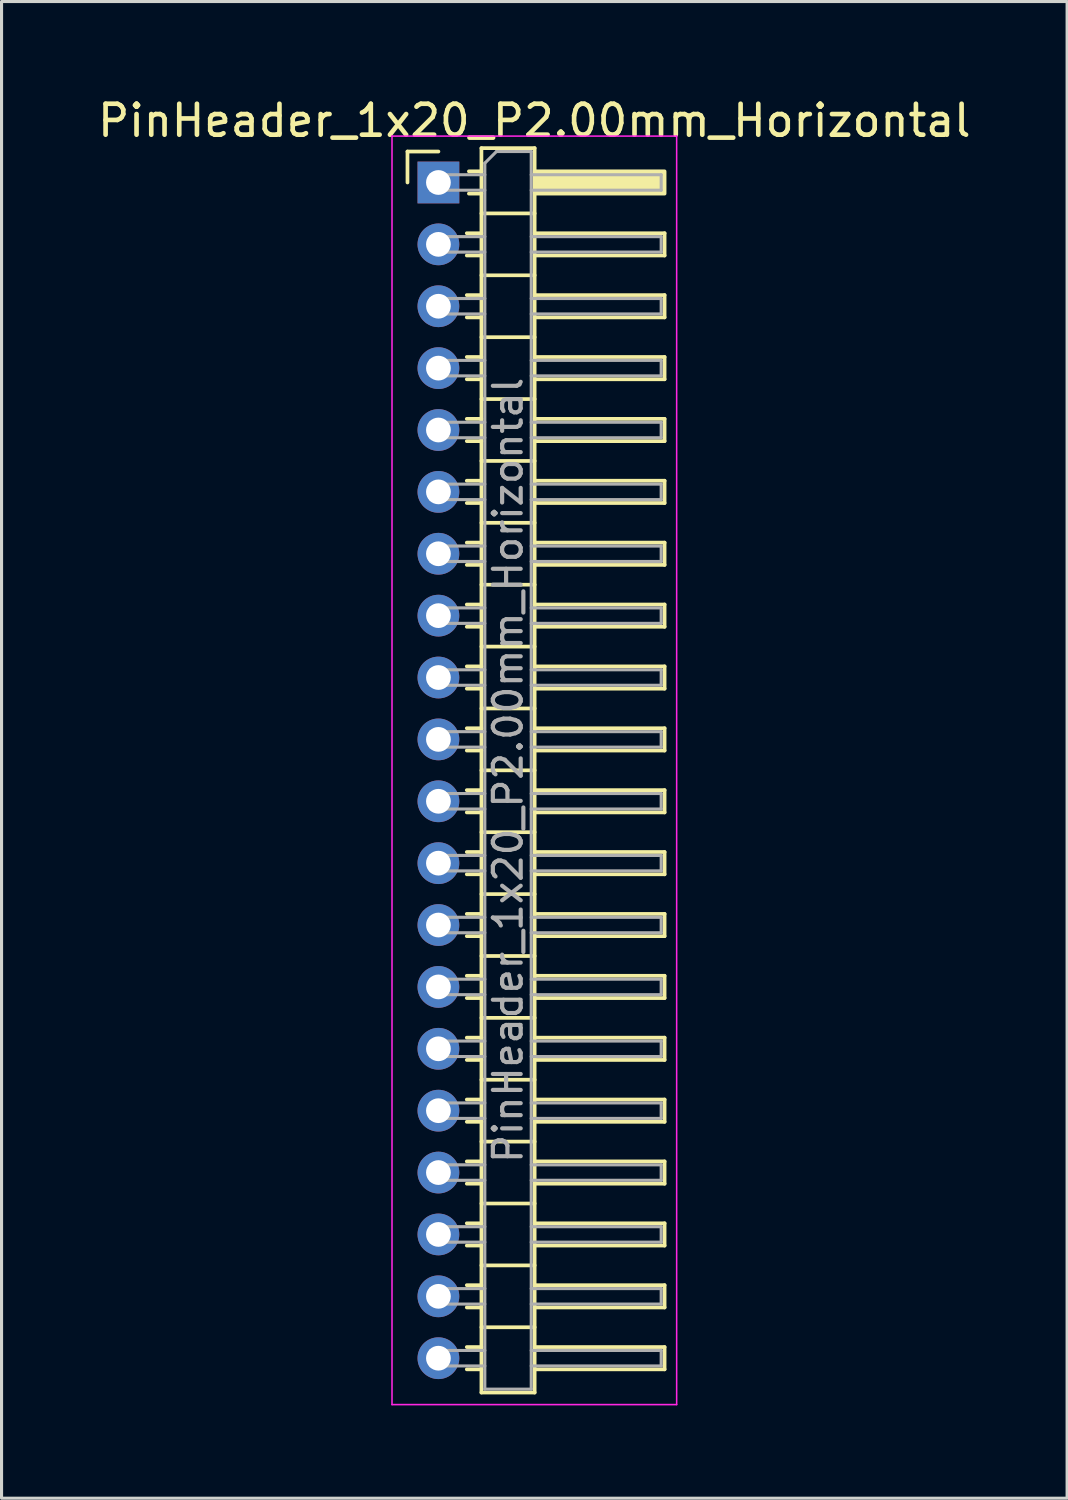
<source format=kicad_pcb>
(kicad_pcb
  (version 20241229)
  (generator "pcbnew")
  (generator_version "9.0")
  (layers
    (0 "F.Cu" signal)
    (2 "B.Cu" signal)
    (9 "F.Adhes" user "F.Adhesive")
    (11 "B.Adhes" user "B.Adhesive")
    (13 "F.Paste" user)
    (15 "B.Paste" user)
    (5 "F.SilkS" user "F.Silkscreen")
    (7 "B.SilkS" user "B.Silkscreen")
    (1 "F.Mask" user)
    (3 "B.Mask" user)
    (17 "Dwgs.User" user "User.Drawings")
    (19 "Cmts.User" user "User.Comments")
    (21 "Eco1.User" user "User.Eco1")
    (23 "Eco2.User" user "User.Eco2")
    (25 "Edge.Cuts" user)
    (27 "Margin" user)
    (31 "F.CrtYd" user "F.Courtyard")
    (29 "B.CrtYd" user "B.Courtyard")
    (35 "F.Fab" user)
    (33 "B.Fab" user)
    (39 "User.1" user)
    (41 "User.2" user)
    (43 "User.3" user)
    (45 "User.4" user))
  (footprint "PinHeader_1x20_P2.00mm_Horizontal"
    (layer "F.Cu")
    (at 11.12 2.848)
    (property "Reference" "PinHeader_1x20_P2.00mm_Horizontal" (at 3.1 -2 0) (layer "F.SilkS") (effects (font (size 1 1) (thickness 0.15))))
    (attr through_hole)
    (fp_line (start -1 -1) (end 0 -1) (stroke (width 0.12) (type solid)) (layer "F.SilkS"))
    (fp_line (start -1 0) (end -1 -1) (stroke (width 0.12) (type solid)) (layer "F.SilkS"))
    (fp_line (start 0.917 1.64) (end 1.39 1.64) (stroke (width 0.12) (type solid)) (layer "F.SilkS"))
    (fp_line (start 0.917 2.36) (end 1.39 2.36) (stroke (width 0.12) (type solid)) (layer "F.SilkS"))
    (fp_line (start 0.917 3.64) (end 1.39 3.64) (stroke (width 0.12) (type solid)) (layer "F.SilkS"))
    (fp_line (start 0.917 4.36) (end 1.39 4.36) (stroke (width 0.12) (type solid)) (layer "F.SilkS"))
    (fp_line (start 0.917 5.64) (end 1.39 5.64) (stroke (width 0.12) (type solid)) (layer "F.SilkS"))
    (fp_line (start 0.917 6.36) (end 1.39 6.36) (stroke (width 0.12) (type solid)) (layer "F.SilkS"))
    (fp_line (start 0.917 7.64) (end 1.39 7.64) (stroke (width 0.12) (type solid)) (layer "F.SilkS"))
    (fp_line (start 0.917 8.36) (end 1.39 8.36) (stroke (width 0.12) (type solid)) (layer "F.SilkS"))
    (fp_line (start 0.917 9.64) (end 1.39 9.64) (stroke (width 0.12) (type solid)) (layer "F.SilkS"))
    (fp_line (start 0.917 10.36) (end 1.39 10.36) (stroke (width 0.12) (type solid)) (layer "F.SilkS"))
    (fp_line (start 0.917 11.64) (end 1.39 11.64) (stroke (width 0.12) (type solid)) (layer "F.SilkS"))
    (fp_line (start 0.917 12.36) (end 1.39 12.36) (stroke (width 0.12) (type solid)) (layer "F.SilkS"))
    (fp_line (start 0.917 13.64) (end 1.39 13.64) (stroke (width 0.12) (type solid)) (layer "F.SilkS"))
    (fp_line (start 0.917 14.36) (end 1.39 14.36) (stroke (width 0.12) (type solid)) (layer "F.SilkS"))
    (fp_line (start 0.917 15.64) (end 1.39 15.64) (stroke (width 0.12) (type solid)) (layer "F.SilkS"))
    (fp_line (start 0.917 16.36) (end 1.39 16.36) (stroke (width 0.12) (type solid)) (layer "F.SilkS"))
    (fp_line (start 0.917 17.64) (end 1.39 17.64) (stroke (width 0.12) (type solid)) (layer "F.SilkS"))
    (fp_line (start 0.917 18.36) (end 1.39 18.36) (stroke (width 0.12) (type solid)) (layer "F.SilkS"))
    (fp_line (start 0.917 19.64) (end 1.39 19.64) (stroke (width 0.12) (type solid)) (layer "F.SilkS"))
    (fp_line (start 0.917 20.36) (end 1.39 20.36) (stroke (width 0.12) (type solid)) (layer "F.SilkS"))
    (fp_line (start 0.917 21.64) (end 1.39 21.64) (stroke (width 0.12) (type solid)) (layer "F.SilkS"))
    (fp_line (start 0.917 22.36) (end 1.39 22.36) (stroke (width 0.12) (type solid)) (layer "F.SilkS"))
    (fp_line (start 0.917 23.64) (end 1.39 23.64) (stroke (width 0.12) (type solid)) (layer "F.SilkS"))
    (fp_line (start 0.917 24.36) (end 1.39 24.36) (stroke (width 0.12) (type solid)) (layer "F.SilkS"))
    (fp_line (start 0.917 25.64) (end 1.39 25.64) (stroke (width 0.12) (type solid)) (layer "F.SilkS"))
    (fp_line (start 0.917 26.36) (end 1.39 26.36) (stroke (width 0.12) (type solid)) (layer "F.SilkS"))
    (fp_line (start 0.917 27.64) (end 1.39 27.64) (stroke (width 0.12) (type solid)) (layer "F.SilkS"))
    (fp_line (start 0.917 28.36) (end 1.39 28.36) (stroke (width 0.12) (type solid)) (layer "F.SilkS"))
    (fp_line (start 0.917 29.64) (end 1.39 29.64) (stroke (width 0.12) (type solid)) (layer "F.SilkS"))
    (fp_line (start 0.917 30.36) (end 1.39 30.36) (stroke (width 0.12) (type solid)) (layer "F.SilkS"))
    (fp_line (start 0.917 31.64) (end 1.39 31.64) (stroke (width 0.12) (type solid)) (layer "F.SilkS"))
    (fp_line (start 0.917 32.36) (end 1.39 32.36) (stroke (width 0.12) (type solid)) (layer "F.SilkS"))
    (fp_line (start 0.917 33.64) (end 1.39 33.64) (stroke (width 0.12) (type solid)) (layer "F.SilkS"))
    (fp_line (start 0.917 34.36) (end 1.39 34.36) (stroke (width 0.12) (type solid)) (layer "F.SilkS"))
    (fp_line (start 0.917 35.64) (end 1.39 35.64) (stroke (width 0.12) (type solid)) (layer "F.SilkS"))
    (fp_line (start 0.917 36.36) (end 1.39 36.36) (stroke (width 0.12) (type solid)) (layer "F.SilkS"))
    (fp_line (start 0.917 37.64) (end 1.39 37.64) (stroke (width 0.12) (type solid)) (layer "F.SilkS"))
    (fp_line (start 0.917 38.36) (end 1.39 38.36) (stroke (width 0.12) (type solid)) (layer "F.SilkS"))
    (fp_line (start 0.985 -0.36) (end 1.39 -0.36) (stroke (width 0.12) (type solid)) (layer "F.SilkS"))
    (fp_line (start 0.985 0.36) (end 1.39 0.36) (stroke (width 0.12) (type solid)) (layer "F.SilkS"))
    (fp_line (start 1.39 -1.11) (end 1.39 39.11) (stroke (width 0.12) (type solid)) (layer "F.SilkS"))
    (fp_line (start 1.39 1) (end 3.11 1) (stroke (width 0.12) (type solid)) (layer "F.SilkS"))
    (fp_line (start 1.39 3) (end 3.11 3) (stroke (width 0.12) (type solid)) (layer "F.SilkS"))
    (fp_line (start 1.39 5) (end 3.11 5) (stroke (width 0.12) (type solid)) (layer "F.SilkS"))
    (fp_line (start 1.39 7) (end 3.11 7) (stroke (width 0.12) (type solid)) (layer "F.SilkS"))
    (fp_line (start 1.39 9) (end 3.11 9) (stroke (width 0.12) (type solid)) (layer "F.SilkS"))
    (fp_line (start 1.39 11) (end 3.11 11) (stroke (width 0.12) (type solid)) (layer "F.SilkS"))
    (fp_line (start 1.39 13) (end 3.11 13) (stroke (width 0.12) (type solid)) (layer "F.SilkS"))
    (fp_line (start 1.39 15) (end 3.11 15) (stroke (width 0.12) (type solid)) (layer "F.SilkS"))
    (fp_line (start 1.39 17) (end 3.11 17) (stroke (width 0.12) (type solid)) (layer "F.SilkS"))
    (fp_line (start 1.39 19) (end 3.11 19) (stroke (width 0.12) (type solid)) (layer "F.SilkS"))
    (fp_line (start 1.39 21) (end 3.11 21) (stroke (width 0.12) (type solid)) (layer "F.SilkS"))
    (fp_line (start 1.39 23) (end 3.11 23) (stroke (width 0.12) (type solid)) (layer "F.SilkS"))
    (fp_line (start 1.39 25) (end 3.11 25) (stroke (width 0.12) (type solid)) (layer "F.SilkS"))
    (fp_line (start 1.39 27) (end 3.11 27) (stroke (width 0.12) (type solid)) (layer "F.SilkS"))
    (fp_line (start 1.39 29) (end 3.11 29) (stroke (width 0.12) (type solid)) (layer "F.SilkS"))
    (fp_line (start 1.39 31) (end 3.11 31) (stroke (width 0.12) (type solid)) (layer "F.SilkS"))
    (fp_line (start 1.39 33) (end 3.11 33) (stroke (width 0.12) (type solid)) (layer "F.SilkS"))
    (fp_line (start 1.39 35) (end 3.11 35) (stroke (width 0.12) (type solid)) (layer "F.SilkS"))
    (fp_line (start 1.39 37) (end 3.11 37) (stroke (width 0.12) (type solid)) (layer "F.SilkS"))
    (fp_line (start 1.39 39.11) (end 3.11 39.11) (stroke (width 0.12) (type solid)) (layer "F.SilkS"))
    (fp_line (start 3.11 -1.11) (end 1.39 -1.11) (stroke (width 0.12) (type solid)) (layer "F.SilkS"))
    (fp_line (start 3.11 1.64) (end 7.31 1.64) (stroke (width 0.12) (type solid)) (layer "F.SilkS"))
    (fp_line (start 3.11 3.64) (end 7.31 3.64) (stroke (width 0.12) (type solid)) (layer "F.SilkS"))
    (fp_line (start 3.11 5.64) (end 7.31 5.64) (stroke (width 0.12) (type solid)) (layer "F.SilkS"))
    (fp_line (start 3.11 7.64) (end 7.31 7.64) (stroke (width 0.12) (type solid)) (layer "F.SilkS"))
    (fp_line (start 3.11 9.64) (end 7.31 9.64) (stroke (width 0.12) (type solid)) (layer "F.SilkS"))
    (fp_line (start 3.11 11.64) (end 7.31 11.64) (stroke (width 0.12) (type solid)) (layer "F.SilkS"))
    (fp_line (start 3.11 13.64) (end 7.31 13.64) (stroke (width 0.12) (type solid)) (layer "F.SilkS"))
    (fp_line (start 3.11 15.64) (end 7.31 15.64) (stroke (width 0.12) (type solid)) (layer "F.SilkS"))
    (fp_line (start 3.11 17.64) (end 7.31 17.64) (stroke (width 0.12) (type solid)) (layer "F.SilkS"))
    (fp_line (start 3.11 19.64) (end 7.31 19.64) (stroke (width 0.12) (type solid)) (layer "F.SilkS"))
    (fp_line (start 3.11 21.64) (end 7.31 21.64) (stroke (width 0.12) (type solid)) (layer "F.SilkS"))
    (fp_line (start 3.11 23.64) (end 7.31 23.64) (stroke (width 0.12) (type solid)) (layer "F.SilkS"))
    (fp_line (start 3.11 25.64) (end 7.31 25.64) (stroke (width 0.12) (type solid)) (layer "F.SilkS"))
    (fp_line (start 3.11 27.64) (end 7.31 27.64) (stroke (width 0.12) (type solid)) (layer "F.SilkS"))
    (fp_line (start 3.11 29.64) (end 7.31 29.64) (stroke (width 0.12) (type solid)) (layer "F.SilkS"))
    (fp_line (start 3.11 31.64) (end 7.31 31.64) (stroke (width 0.12) (type solid)) (layer "F.SilkS"))
    (fp_line (start 3.11 33.64) (end 7.31 33.64) (stroke (width 0.12) (type solid)) (layer "F.SilkS"))
    (fp_line (start 3.11 35.64) (end 7.31 35.64) (stroke (width 0.12) (type solid)) (layer "F.SilkS"))
    (fp_line (start 3.11 37.64) (end 7.31 37.64) (stroke (width 0.12) (type solid)) (layer "F.SilkS"))
    (fp_line (start 3.11 39.11) (end 3.11 -1.11) (stroke (width 0.12) (type solid)) (layer "F.SilkS"))
    (fp_line (start 7.31 1.64) (end 7.31 2.36) (stroke (width 0.12) (type solid)) (layer "F.SilkS"))
    (fp_line (start 7.31 2.36) (end 3.11 2.36) (stroke (width 0.12) (type solid)) (layer "F.SilkS"))
    (fp_line (start 7.31 3.64) (end 7.31 4.36) (stroke (width 0.12) (type solid)) (layer "F.SilkS"))
    (fp_line (start 7.31 4.36) (end 3.11 4.36) (stroke (width 0.12) (type solid)) (layer "F.SilkS"))
    (fp_line (start 7.31 5.64) (end 7.31 6.36) (stroke (width 0.12) (type solid)) (layer "F.SilkS"))
    (fp_line (start 7.31 6.36) (end 3.11 6.36) (stroke (width 0.12) (type solid)) (layer "F.SilkS"))
    (fp_line (start 7.31 7.64) (end 7.31 8.36) (stroke (width 0.12) (type solid)) (layer "F.SilkS"))
    (fp_line (start 7.31 8.36) (end 3.11 8.36) (stroke (width 0.12) (type solid)) (layer "F.SilkS"))
    (fp_line (start 7.31 9.64) (end 7.31 10.36) (stroke (width 0.12) (type solid)) (layer "F.SilkS"))
    (fp_line (start 7.31 10.36) (end 3.11 10.36) (stroke (width 0.12) (type solid)) (layer "F.SilkS"))
    (fp_line (start 7.31 11.64) (end 7.31 12.36) (stroke (width 0.12) (type solid)) (layer "F.SilkS"))
    (fp_line (start 7.31 12.36) (end 3.11 12.36) (stroke (width 0.12) (type solid)) (layer "F.SilkS"))
    (fp_line (start 7.31 13.64) (end 7.31 14.36) (stroke (width 0.12) (type solid)) (layer "F.SilkS"))
    (fp_line (start 7.31 14.36) (end 3.11 14.36) (stroke (width 0.12) (type solid)) (layer "F.SilkS"))
    (fp_line (start 7.31 15.64) (end 7.31 16.36) (stroke (width 0.12) (type solid)) (layer "F.SilkS"))
    (fp_line (start 7.31 16.36) (end 3.11 16.36) (stroke (width 0.12) (type solid)) (layer "F.SilkS"))
    (fp_line (start 7.31 17.64) (end 7.31 18.36) (stroke (width 0.12) (type solid)) (layer "F.SilkS"))
    (fp_line (start 7.31 18.36) (end 3.11 18.36) (stroke (width 0.12) (type solid)) (layer "F.SilkS"))
    (fp_line (start 7.31 19.64) (end 7.31 20.36) (stroke (width 0.12) (type solid)) (layer "F.SilkS"))
    (fp_line (start 7.31 20.36) (end 3.11 20.36) (stroke (width 0.12) (type solid)) (layer "F.SilkS"))
    (fp_line (start 7.31 21.64) (end 7.31 22.36) (stroke (width 0.12) (type solid)) (layer "F.SilkS"))
    (fp_line (start 7.31 22.36) (end 3.11 22.36) (stroke (width 0.12) (type solid)) (layer "F.SilkS"))
    (fp_line (start 7.31 23.64) (end 7.31 24.36) (stroke (width 0.12) (type solid)) (layer "F.SilkS"))
    (fp_line (start 7.31 24.36) (end 3.11 24.36) (stroke (width 0.12) (type solid)) (layer "F.SilkS"))
    (fp_line (start 7.31 25.64) (end 7.31 26.36) (stroke (width 0.12) (type solid)) (layer "F.SilkS"))
    (fp_line (start 7.31 26.36) (end 3.11 26.36) (stroke (width 0.12) (type solid)) (layer "F.SilkS"))
    (fp_line (start 7.31 27.64) (end 7.31 28.36) (stroke (width 0.12) (type solid)) (layer "F.SilkS"))
    (fp_line (start 7.31 28.36) (end 3.11 28.36) (stroke (width 0.12) (type solid)) (layer "F.SilkS"))
    (fp_line (start 7.31 29.64) (end 7.31 30.36) (stroke (width 0.12) (type solid)) (layer "F.SilkS"))
    (fp_line (start 7.31 30.36) (end 3.11 30.36) (stroke (width 0.12) (type solid)) (layer "F.SilkS"))
    (fp_line (start 7.31 31.64) (end 7.31 32.36) (stroke (width 0.12) (type solid)) (layer "F.SilkS"))
    (fp_line (start 7.31 32.36) (end 3.11 32.36) (stroke (width 0.12) (type solid)) (layer "F.SilkS"))
    (fp_line (start 7.31 33.64) (end 7.31 34.36) (stroke (width 0.12) (type solid)) (layer "F.SilkS"))
    (fp_line (start 7.31 34.36) (end 3.11 34.36) (stroke (width 0.12) (type solid)) (layer "F.SilkS"))
    (fp_line (start 7.31 35.64) (end 7.31 36.36) (stroke (width 0.12) (type solid)) (layer "F.SilkS"))
    (fp_line (start 7.31 36.36) (end 3.11 36.36) (stroke (width 0.12) (type solid)) (layer "F.SilkS"))
    (fp_line (start 7.31 37.64) (end 7.31 38.36) (stroke (width 0.12) (type solid)) (layer "F.SilkS"))
    (fp_line (start 7.31 38.36) (end 3.11 38.36) (stroke (width 0.12) (type solid)) (layer "F.SilkS"))
    (fp_rect (start 3.11 -0.36) (end 7.31 0.36) (stroke (width 0.12) (type solid)) (fill yes) (layer "F.SilkS"))
    (fp_line (start -1.5 -1.5) (end -1.5 39.5) (stroke (width 0.05) (type solid)) (layer "F.CrtYd"))
    (fp_line (start -1.5 39.5) (end 7.7 39.5) (stroke (width 0.05) (type solid)) (layer "F.CrtYd"))
    (fp_line (start 7.7 -1.5) (end -1.5 -1.5) (stroke (width 0.05) (type solid)) (layer "F.CrtYd"))
    (fp_line (start 7.7 39.5) (end 7.7 -1.5) (stroke (width 0.05) (type solid)) (layer "F.CrtYd"))
    (fp_line (start -0.25 -0.25) (end -0.25 0.25) (stroke (width 0.1) (type solid)) (layer "F.Fab"))
    (fp_line (start -0.25 -0.25) (end 1.5 -0.25) (stroke (width 0.1) (type solid)) (layer "F.Fab"))
    (fp_line (start -0.25 0.25) (end 1.5 0.25) (stroke (width 0.1) (type solid)) (layer "F.Fab"))
    (fp_line (start -0.25 1.75) (end -0.25 2.25) (stroke (width 0.1) (type solid)) (layer "F.Fab"))
    (fp_line (start -0.25 1.75) (end 1.5 1.75) (stroke (width 0.1) (type solid)) (layer "F.Fab"))
    (fp_line (start -0.25 2.25) (end 1.5 2.25) (stroke (width 0.1) (type solid)) (layer "F.Fab"))
    (fp_line (start -0.25 3.75) (end -0.25 4.25) (stroke (width 0.1) (type solid)) (layer "F.Fab"))
    (fp_line (start -0.25 3.75) (end 1.5 3.75) (stroke (width 0.1) (type solid)) (layer "F.Fab"))
    (fp_line (start -0.25 4.25) (end 1.5 4.25) (stroke (width 0.1) (type solid)) (layer "F.Fab"))
    (fp_line (start -0.25 5.75) (end -0.25 6.25) (stroke (width 0.1) (type solid)) (layer "F.Fab"))
    (fp_line (start -0.25 5.75) (end 1.5 5.75) (stroke (width 0.1) (type solid)) (layer "F.Fab"))
    (fp_line (start -0.25 6.25) (end 1.5 6.25) (stroke (width 0.1) (type solid)) (layer "F.Fab"))
    (fp_line (start -0.25 7.75) (end -0.25 8.25) (stroke (width 0.1) (type solid)) (layer "F.Fab"))
    (fp_line (start -0.25 7.75) (end 1.5 7.75) (stroke (width 0.1) (type solid)) (layer "F.Fab"))
    (fp_line (start -0.25 8.25) (end 1.5 8.25) (stroke (width 0.1) (type solid)) (layer "F.Fab"))
    (fp_line (start -0.25 9.75) (end -0.25 10.25) (stroke (width 0.1) (type solid)) (layer "F.Fab"))
    (fp_line (start -0.25 9.75) (end 1.5 9.75) (stroke (width 0.1) (type solid)) (layer "F.Fab"))
    (fp_line (start -0.25 10.25) (end 1.5 10.25) (stroke (width 0.1) (type solid)) (layer "F.Fab"))
    (fp_line (start -0.25 11.75) (end -0.25 12.25) (stroke (width 0.1) (type solid)) (layer "F.Fab"))
    (fp_line (start -0.25 11.75) (end 1.5 11.75) (stroke (width 0.1) (type solid)) (layer "F.Fab"))
    (fp_line (start -0.25 12.25) (end 1.5 12.25) (stroke (width 0.1) (type solid)) (layer "F.Fab"))
    (fp_line (start -0.25 13.75) (end -0.25 14.25) (stroke (width 0.1) (type solid)) (layer "F.Fab"))
    (fp_line (start -0.25 13.75) (end 1.5 13.75) (stroke (width 0.1) (type solid)) (layer "F.Fab"))
    (fp_line (start -0.25 14.25) (end 1.5 14.25) (stroke (width 0.1) (type solid)) (layer "F.Fab"))
    (fp_line (start -0.25 15.75) (end -0.25 16.25) (stroke (width 0.1) (type solid)) (layer "F.Fab"))
    (fp_line (start -0.25 15.75) (end 1.5 15.75) (stroke (width 0.1) (type solid)) (layer "F.Fab"))
    (fp_line (start -0.25 16.25) (end 1.5 16.25) (stroke (width 0.1) (type solid)) (layer "F.Fab"))
    (fp_line (start -0.25 17.75) (end -0.25 18.25) (stroke (width 0.1) (type solid)) (layer "F.Fab"))
    (fp_line (start -0.25 17.75) (end 1.5 17.75) (stroke (width 0.1) (type solid)) (layer "F.Fab"))
    (fp_line (start -0.25 18.25) (end 1.5 18.25) (stroke (width 0.1) (type solid)) (layer "F.Fab"))
    (fp_line (start -0.25 19.75) (end -0.25 20.25) (stroke (width 0.1) (type solid)) (layer "F.Fab"))
    (fp_line (start -0.25 19.75) (end 1.5 19.75) (stroke (width 0.1) (type solid)) (layer "F.Fab"))
    (fp_line (start -0.25 20.25) (end 1.5 20.25) (stroke (width 0.1) (type solid)) (layer "F.Fab"))
    (fp_line (start -0.25 21.75) (end -0.25 22.25) (stroke (width 0.1) (type solid)) (layer "F.Fab"))
    (fp_line (start -0.25 21.75) (end 1.5 21.75) (stroke (width 0.1) (type solid)) (layer "F.Fab"))
    (fp_line (start -0.25 22.25) (end 1.5 22.25) (stroke (width 0.1) (type solid)) (layer "F.Fab"))
    (fp_line (start -0.25 23.75) (end -0.25 24.25) (stroke (width 0.1) (type solid)) (layer "F.Fab"))
    (fp_line (start -0.25 23.75) (end 1.5 23.75) (stroke (width 0.1) (type solid)) (layer "F.Fab"))
    (fp_line (start -0.25 24.25) (end 1.5 24.25) (stroke (width 0.1) (type solid)) (layer "F.Fab"))
    (fp_line (start -0.25 25.75) (end -0.25 26.25) (stroke (width 0.1) (type solid)) (layer "F.Fab"))
    (fp_line (start -0.25 25.75) (end 1.5 25.75) (stroke (width 0.1) (type solid)) (layer "F.Fab"))
    (fp_line (start -0.25 26.25) (end 1.5 26.25) (stroke (width 0.1) (type solid)) (layer "F.Fab"))
    (fp_line (start -0.25 27.75) (end -0.25 28.25) (stroke (width 0.1) (type solid)) (layer "F.Fab"))
    (fp_line (start -0.25 27.75) (end 1.5 27.75) (stroke (width 0.1) (type solid)) (layer "F.Fab"))
    (fp_line (start -0.25 28.25) (end 1.5 28.25) (stroke (width 0.1) (type solid)) (layer "F.Fab"))
    (fp_line (start -0.25 29.75) (end -0.25 30.25) (stroke (width 0.1) (type solid)) (layer "F.Fab"))
    (fp_line (start -0.25 29.75) (end 1.5 29.75) (stroke (width 0.1) (type solid)) (layer "F.Fab"))
    (fp_line (start -0.25 30.25) (end 1.5 30.25) (stroke (width 0.1) (type solid)) (layer "F.Fab"))
    (fp_line (start -0.25 31.75) (end -0.25 32.25) (stroke (width 0.1) (type solid)) (layer "F.Fab"))
    (fp_line (start -0.25 31.75) (end 1.5 31.75) (stroke (width 0.1) (type solid)) (layer "F.Fab"))
    (fp_line (start -0.25 32.25) (end 1.5 32.25) (stroke (width 0.1) (type solid)) (layer "F.Fab"))
    (fp_line (start -0.25 33.75) (end -0.25 34.25) (stroke (width 0.1) (type solid)) (layer "F.Fab"))
    (fp_line (start -0.25 33.75) (end 1.5 33.75) (stroke (width 0.1) (type solid)) (layer "F.Fab"))
    (fp_line (start -0.25 34.25) (end 1.5 34.25) (stroke (width 0.1) (type solid)) (layer "F.Fab"))
    (fp_line (start -0.25 35.75) (end -0.25 36.25) (stroke (width 0.1) (type solid)) (layer "F.Fab"))
    (fp_line (start -0.25 35.75) (end 1.5 35.75) (stroke (width 0.1) (type solid)) (layer "F.Fab"))
    (fp_line (start -0.25 36.25) (end 1.5 36.25) (stroke (width 0.1) (type solid)) (layer "F.Fab"))
    (fp_line (start -0.25 37.75) (end -0.25 38.25) (stroke (width 0.1) (type solid)) (layer "F.Fab"))
    (fp_line (start -0.25 37.75) (end 1.5 37.75) (stroke (width 0.1) (type solid)) (layer "F.Fab"))
    (fp_line (start -0.25 38.25) (end 1.5 38.25) (stroke (width 0.1) (type solid)) (layer "F.Fab"))
    (fp_line (start 1.5 -0.625) (end 1.875 -1) (stroke (width 0.1) (type solid)) (layer "F.Fab"))
    (fp_line (start 1.5 39) (end 1.5 -0.625) (stroke (width 0.1) (type solid)) (layer "F.Fab"))
    (fp_line (start 1.875 -1) (end 3 -1) (stroke (width 0.1) (type solid)) (layer "F.Fab"))
    (fp_line (start 3 -1) (end 3 39) (stroke (width 0.1) (type solid)) (layer "F.Fab"))
    (fp_line (start 3 -0.25) (end 7.2 -0.25) (stroke (width 0.1) (type solid)) (layer "F.Fab"))
    (fp_line (start 3 0.25) (end 7.2 0.25) (stroke (width 0.1) (type solid)) (layer "F.Fab"))
    (fp_line (start 3 1.75) (end 7.2 1.75) (stroke (width 0.1) (type solid)) (layer "F.Fab"))
    (fp_line (start 3 2.25) (end 7.2 2.25) (stroke (width 0.1) (type solid)) (layer "F.Fab"))
    (fp_line (start 3 3.75) (end 7.2 3.75) (stroke (width 0.1) (type solid)) (layer "F.Fab"))
    (fp_line (start 3 4.25) (end 7.2 4.25) (stroke (width 0.1) (type solid)) (layer "F.Fab"))
    (fp_line (start 3 5.75) (end 7.2 5.75) (stroke (width 0.1) (type solid)) (layer "F.Fab"))
    (fp_line (start 3 6.25) (end 7.2 6.25) (stroke (width 0.1) (type solid)) (layer "F.Fab"))
    (fp_line (start 3 7.75) (end 7.2 7.75) (stroke (width 0.1) (type solid)) (layer "F.Fab"))
    (fp_line (start 3 8.25) (end 7.2 8.25) (stroke (width 0.1) (type solid)) (layer "F.Fab"))
    (fp_line (start 3 9.75) (end 7.2 9.75) (stroke (width 0.1) (type solid)) (layer "F.Fab"))
    (fp_line (start 3 10.25) (end 7.2 10.25) (stroke (width 0.1) (type solid)) (layer "F.Fab"))
    (fp_line (start 3 11.75) (end 7.2 11.75) (stroke (width 0.1) (type solid)) (layer "F.Fab"))
    (fp_line (start 3 12.25) (end 7.2 12.25) (stroke (width 0.1) (type solid)) (layer "F.Fab"))
    (fp_line (start 3 13.75) (end 7.2 13.75) (stroke (width 0.1) (type solid)) (layer "F.Fab"))
    (fp_line (start 3 14.25) (end 7.2 14.25) (stroke (width 0.1) (type solid)) (layer "F.Fab"))
    (fp_line (start 3 15.75) (end 7.2 15.75) (stroke (width 0.1) (type solid)) (layer "F.Fab"))
    (fp_line (start 3 16.25) (end 7.2 16.25) (stroke (width 0.1) (type solid)) (layer "F.Fab"))
    (fp_line (start 3 17.75) (end 7.2 17.75) (stroke (width 0.1) (type solid)) (layer "F.Fab"))
    (fp_line (start 3 18.25) (end 7.2 18.25) (stroke (width 0.1) (type solid)) (layer "F.Fab"))
    (fp_line (start 3 19.75) (end 7.2 19.75) (stroke (width 0.1) (type solid)) (layer "F.Fab"))
    (fp_line (start 3 20.25) (end 7.2 20.25) (stroke (width 0.1) (type solid)) (layer "F.Fab"))
    (fp_line (start 3 21.75) (end 7.2 21.75) (stroke (width 0.1) (type solid)) (layer "F.Fab"))
    (fp_line (start 3 22.25) (end 7.2 22.25) (stroke (width 0.1) (type solid)) (layer "F.Fab"))
    (fp_line (start 3 23.75) (end 7.2 23.75) (stroke (width 0.1) (type solid)) (layer "F.Fab"))
    (fp_line (start 3 24.25) (end 7.2 24.25) (stroke (width 0.1) (type solid)) (layer "F.Fab"))
    (fp_line (start 3 25.75) (end 7.2 25.75) (stroke (width 0.1) (type solid)) (layer "F.Fab"))
    (fp_line (start 3 26.25) (end 7.2 26.25) (stroke (width 0.1) (type solid)) (layer "F.Fab"))
    (fp_line (start 3 27.75) (end 7.2 27.75) (stroke (width 0.1) (type solid)) (layer "F.Fab"))
    (fp_line (start 3 28.25) (end 7.2 28.25) (stroke (width 0.1) (type solid)) (layer "F.Fab"))
    (fp_line (start 3 29.75) (end 7.2 29.75) (stroke (width 0.1) (type solid)) (layer "F.Fab"))
    (fp_line (start 3 30.25) (end 7.2 30.25) (stroke (width 0.1) (type solid)) (layer "F.Fab"))
    (fp_line (start 3 31.75) (end 7.2 31.75) (stroke (width 0.1) (type solid)) (layer "F.Fab"))
    (fp_line (start 3 32.25) (end 7.2 32.25) (stroke (width 0.1) (type solid)) (layer "F.Fab"))
    (fp_line (start 3 33.75) (end 7.2 33.75) (stroke (width 0.1) (type solid)) (layer "F.Fab"))
    (fp_line (start 3 34.25) (end 7.2 34.25) (stroke (width 0.1) (type solid)) (layer "F.Fab"))
    (fp_line (start 3 35.75) (end 7.2 35.75) (stroke (width 0.1) (type solid)) (layer "F.Fab"))
    (fp_line (start 3 36.25) (end 7.2 36.25) (stroke (width 0.1) (type solid)) (layer "F.Fab"))
    (fp_line (start 3 37.75) (end 7.2 37.75) (stroke (width 0.1) (type solid)) (layer "F.Fab"))
    (fp_line (start 3 38.25) (end 7.2 38.25) (stroke (width 0.1) (type solid)) (layer "F.Fab"))
    (fp_line (start 3 39) (end 1.5 39) (stroke (width 0.1) (type solid)) (layer "F.Fab"))
    (fp_line (start 7.2 -0.25) (end 7.2 0.25) (stroke (width 0.1) (type solid)) (layer "F.Fab"))
    (fp_line (start 7.2 1.75) (end 7.2 2.25) (stroke (width 0.1) (type solid)) (layer "F.Fab"))
    (fp_line (start 7.2 3.75) (end 7.2 4.25) (stroke (width 0.1) (type solid)) (layer "F.Fab"))
    (fp_line (start 7.2 5.75) (end 7.2 6.25) (stroke (width 0.1) (type solid)) (layer "F.Fab"))
    (fp_line (start 7.2 7.75) (end 7.2 8.25) (stroke (width 0.1) (type solid)) (layer "F.Fab"))
    (fp_line (start 7.2 9.75) (end 7.2 10.25) (stroke (width 0.1) (type solid)) (layer "F.Fab"))
    (fp_line (start 7.2 11.75) (end 7.2 12.25) (stroke (width 0.1) (type solid)) (layer "F.Fab"))
    (fp_line (start 7.2 13.75) (end 7.2 14.25) (stroke (width 0.1) (type solid)) (layer "F.Fab"))
    (fp_line (start 7.2 15.75) (end 7.2 16.25) (stroke (width 0.1) (type solid)) (layer "F.Fab"))
    (fp_line (start 7.2 17.75) (end 7.2 18.25) (stroke (width 0.1) (type solid)) (layer "F.Fab"))
    (fp_line (start 7.2 19.75) (end 7.2 20.25) (stroke (width 0.1) (type solid)) (layer "F.Fab"))
    (fp_line (start 7.2 21.75) (end 7.2 22.25) (stroke (width 0.1) (type solid)) (layer "F.Fab"))
    (fp_line (start 7.2 23.75) (end 7.2 24.25) (stroke (width 0.1) (type solid)) (layer "F.Fab"))
    (fp_line (start 7.2 25.75) (end 7.2 26.25) (stroke (width 0.1) (type solid)) (layer "F.Fab"))
    (fp_line (start 7.2 27.75) (end 7.2 28.25) (stroke (width 0.1) (type solid)) (layer "F.Fab"))
    (fp_line (start 7.2 29.75) (end 7.2 30.25) (stroke (width 0.1) (type solid)) (layer "F.Fab"))
    (fp_line (start 7.2 31.75) (end 7.2 32.25) (stroke (width 0.1) (type solid)) (layer "F.Fab"))
    (fp_line (start 7.2 33.75) (end 7.2 34.25) (stroke (width 0.1) (type solid)) (layer "F.Fab"))
    (fp_line (start 7.2 35.75) (end 7.2 36.25) (stroke (width 0.1) (type solid)) (layer "F.Fab"))
    (fp_line (start 7.2 37.75) (end 7.2 38.25) (stroke (width 0.1) (type solid)) (layer "F.Fab"))
    (fp_text user "${REFERENCE}" (at 2.25 19 90) (layer "F.Fab") (effects (font (size 0.9 0.9) (thickness 0.135))))
    (pad "1" thru_hole rect (at 0 0) (size 1.35 1.35) (drill 0.8) (layers "*.Cu" "*.Mask"))
    (pad "2" thru_hole circle (at 0 2) (size 1.35 1.35) (drill 0.8) (layers "*.Cu" "*.Mask"))
    (pad "3" thru_hole circle (at 0 4) (size 1.35 1.35) (drill 0.8) (layers "*.Cu" "*.Mask"))
    (pad "4" thru_hole circle (at 0 6) (size 1.35 1.35) (drill 0.8) (layers "*.Cu" "*.Mask"))
    (pad "5" thru_hole circle (at 0 8) (size 1.35 1.35) (drill 0.8) (layers "*.Cu" "*.Mask"))
    (pad "6" thru_hole circle (at 0 10) (size 1.35 1.35) (drill 0.8) (layers "*.Cu" "*.Mask"))
    (pad "7" thru_hole circle (at 0 12) (size 1.35 1.35) (drill 0.8) (layers "*.Cu" "*.Mask"))
    (pad "8" thru_hole circle (at 0 14) (size 1.35 1.35) (drill 0.8) (layers "*.Cu" "*.Mask"))
    (pad "9" thru_hole circle (at 0 16) (size 1.35 1.35) (drill 0.8) (layers "*.Cu" "*.Mask"))
    (pad "10" thru_hole circle (at 0 18) (size 1.35 1.35) (drill 0.8) (layers "*.Cu" "*.Mask"))
    (pad "11" thru_hole circle (at 0 20) (size 1.35 1.35) (drill 0.8) (layers "*.Cu" "*.Mask"))
    (pad "12" thru_hole circle (at 0 22) (size 1.35 1.35) (drill 0.8) (layers "*.Cu" "*.Mask"))
    (pad "13" thru_hole circle (at 0 24) (size 1.35 1.35) (drill 0.8) (layers "*.Cu" "*.Mask"))
    (pad "14" thru_hole circle (at 0 26) (size 1.35 1.35) (drill 0.8) (layers "*.Cu" "*.Mask"))
    (pad "15" thru_hole circle (at 0 28) (size 1.35 1.35) (drill 0.8) (layers "*.Cu" "*.Mask"))
    (pad "16" thru_hole circle (at 0 30) (size 1.35 1.35) (drill 0.8) (layers "*.Cu" "*.Mask"))
    (pad "17" thru_hole circle (at 0 32) (size 1.35 1.35) (drill 0.8) (layers "*.Cu" "*.Mask"))
    (pad "18" thru_hole circle (at 0 34) (size 1.35 1.35) (drill 0.8) (layers "*.Cu" "*.Mask"))
    (pad "19" thru_hole circle (at 0 36) (size 1.35 1.35) (drill 0.8) (layers "*.Cu" "*.Mask"))
    (pad "20" thru_hole circle (at 0 38) (size 1.35 1.35) (drill 0.8) (layers "*.Cu" "*.Mask")))
  (gr_rect
    (start -3 -3)
    (end 31.44 45.373)
    (stroke (width 0.1) (type default))
    (fill no)
    (layer "Edge.Cuts")))
</source>
